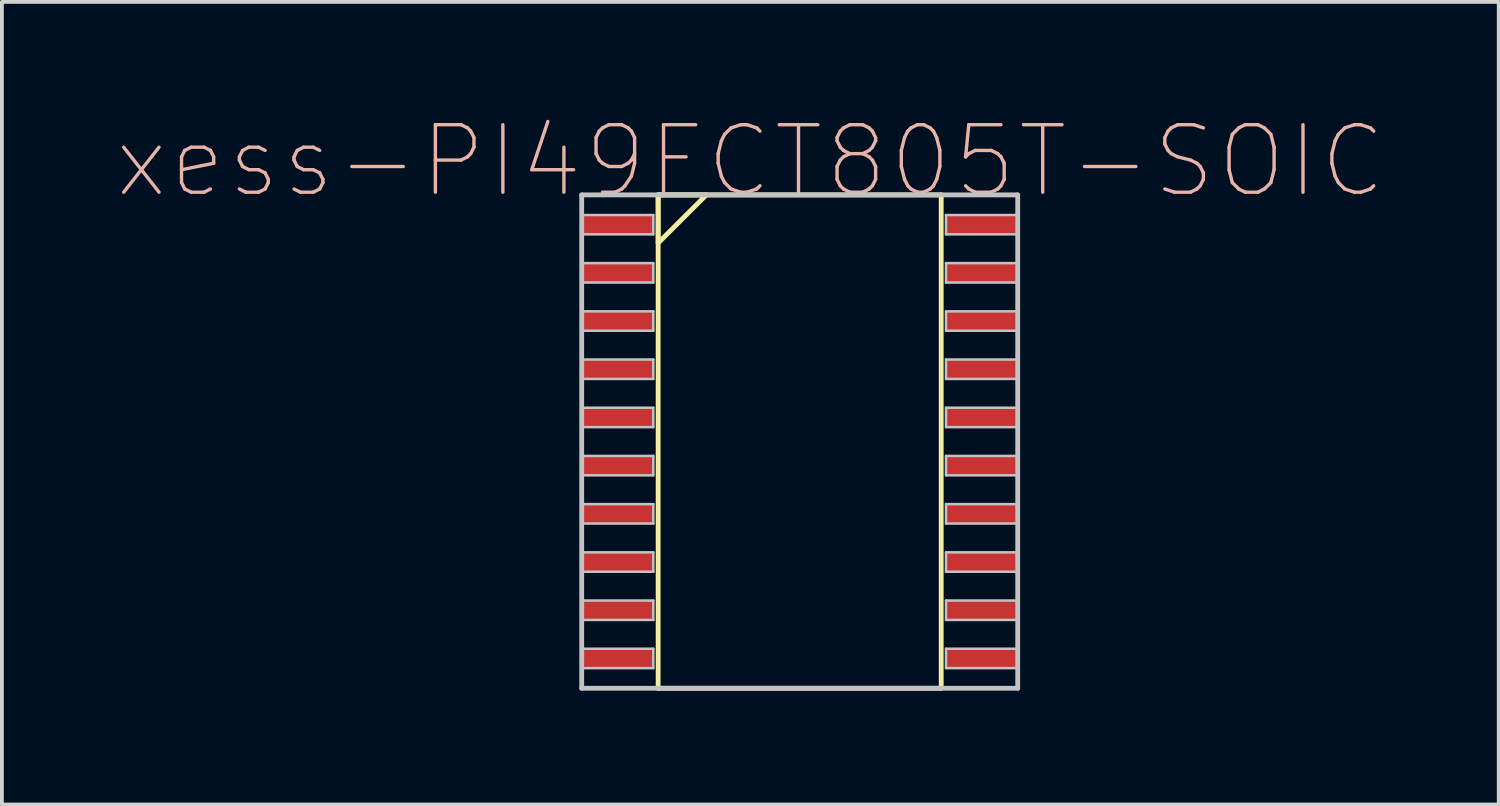
<source format=kicad_pcb>
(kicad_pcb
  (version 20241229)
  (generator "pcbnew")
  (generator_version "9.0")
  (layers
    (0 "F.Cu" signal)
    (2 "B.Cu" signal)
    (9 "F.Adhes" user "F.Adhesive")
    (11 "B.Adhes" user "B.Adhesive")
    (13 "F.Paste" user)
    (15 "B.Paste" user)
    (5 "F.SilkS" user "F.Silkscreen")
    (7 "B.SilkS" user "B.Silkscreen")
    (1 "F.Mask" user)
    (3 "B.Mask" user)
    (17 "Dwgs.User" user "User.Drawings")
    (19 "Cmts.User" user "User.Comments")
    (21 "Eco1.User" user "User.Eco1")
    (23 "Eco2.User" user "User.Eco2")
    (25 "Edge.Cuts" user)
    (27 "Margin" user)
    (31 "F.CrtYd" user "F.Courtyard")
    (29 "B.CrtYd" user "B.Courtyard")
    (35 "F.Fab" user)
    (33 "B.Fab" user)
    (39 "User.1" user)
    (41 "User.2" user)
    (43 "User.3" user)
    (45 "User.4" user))
  (footprint "xess-PI49FCT805T-SOIC"
    (layer "F.Cu")
    (at 13.331 2.87)
    (property "Reference" "xess-PI49FCT805T-SOIC" (at 3.388 -1.674 0) (layer "B.SilkS") (effects (font (size 1.778 1.778) (thickness 0.089))))
    (attr smd)
    (fp_line (start 0.96 -0.785) (end 0.96 0.483) (stroke (width 0.127) (type solid)) (layer "F.SilkS"))
    (fp_line (start 0.96 -0.785) (end 0.96 12.215) (stroke (width 0.127) (type solid)) (layer "F.SilkS"))
    (fp_line (start 0.96 0.483) (end 2.23 -0.785) (stroke (width 0.127) (type solid)) (layer "F.SilkS"))
    (fp_line (start 0.96 12.215) (end 8.418 12.215) (stroke (width 0.127) (type solid)) (layer "F.SilkS"))
    (fp_line (start 2.23 -0.785) (end 0.96 -0.785) (stroke (width 0.127) (type solid)) (layer "F.SilkS"))
    (fp_line (start 8.418 -0.785) (end 0.96 -0.785) (stroke (width 0.127) (type solid)) (layer "F.SilkS"))
    (fp_line (start 8.418 12.215) (end 8.418 -0.785) (stroke (width 0.127) (type solid)) (layer "F.SilkS"))
    (fp_line (start -1.054 -0.785) (end -1.054 12.215) (stroke (width 0.127) (type solid)) (layer "Dwgs.User"))
    (fp_line (start -1.054 -0.254) (end 0.833 -0.254) (stroke (width 0.066) (type solid)) (layer "Dwgs.User"))
    (fp_line (start -1.054 0.254) (end -1.054 -0.254) (stroke (width 0.066) (type solid)) (layer "Dwgs.User"))
    (fp_line (start -1.054 0.254) (end 0.833 0.254) (stroke (width 0.066) (type solid)) (layer "Dwgs.User"))
    (fp_line (start -1.054 1.013) (end 0.833 1.013) (stroke (width 0.066) (type solid)) (layer "Dwgs.User"))
    (fp_line (start -1.054 1.524) (end -1.054 1.013) (stroke (width 0.066) (type solid)) (layer "Dwgs.User"))
    (fp_line (start -1.054 1.524) (end 0.833 1.524) (stroke (width 0.066) (type solid)) (layer "Dwgs.User"))
    (fp_line (start -1.054 2.283) (end 0.833 2.283) (stroke (width 0.066) (type solid)) (layer "Dwgs.User"))
    (fp_line (start -1.054 2.794) (end -1.054 2.283) (stroke (width 0.066) (type solid)) (layer "Dwgs.User"))
    (fp_line (start -1.054 2.794) (end 0.833 2.794) (stroke (width 0.066) (type solid)) (layer "Dwgs.User"))
    (fp_line (start -1.054 3.553) (end 0.833 3.553) (stroke (width 0.066) (type solid)) (layer "Dwgs.User"))
    (fp_line (start -1.054 4.064) (end -1.054 3.553) (stroke (width 0.066) (type solid)) (layer "Dwgs.User"))
    (fp_line (start -1.054 4.064) (end 0.833 4.064) (stroke (width 0.066) (type solid)) (layer "Dwgs.User"))
    (fp_line (start -1.054 4.823) (end 0.833 4.823) (stroke (width 0.066) (type solid)) (layer "Dwgs.User"))
    (fp_line (start -1.054 5.334) (end -1.054 4.823) (stroke (width 0.066) (type solid)) (layer "Dwgs.User"))
    (fp_line (start -1.054 5.334) (end 0.833 5.334) (stroke (width 0.066) (type solid)) (layer "Dwgs.User"))
    (fp_line (start -1.054 6.093) (end 0.833 6.093) (stroke (width 0.066) (type solid)) (layer "Dwgs.User"))
    (fp_line (start -1.054 6.604) (end -1.054 6.093) (stroke (width 0.066) (type solid)) (layer "Dwgs.User"))
    (fp_line (start -1.054 6.604) (end 0.833 6.604) (stroke (width 0.066) (type solid)) (layer "Dwgs.User"))
    (fp_line (start -1.054 7.363) (end 0.833 7.363) (stroke (width 0.066) (type solid)) (layer "Dwgs.User"))
    (fp_line (start -1.054 7.874) (end -1.054 7.363) (stroke (width 0.066) (type solid)) (layer "Dwgs.User"))
    (fp_line (start -1.054 7.874) (end 0.833 7.874) (stroke (width 0.066) (type solid)) (layer "Dwgs.User"))
    (fp_line (start -1.054 8.633) (end 0.833 8.633) (stroke (width 0.066) (type solid)) (layer "Dwgs.User"))
    (fp_line (start -1.054 9.144) (end -1.054 8.633) (stroke (width 0.066) (type solid)) (layer "Dwgs.User"))
    (fp_line (start -1.054 9.144) (end 0.833 9.144) (stroke (width 0.066) (type solid)) (layer "Dwgs.User"))
    (fp_line (start -1.054 9.903) (end 0.833 9.903) (stroke (width 0.066) (type solid)) (layer "Dwgs.User"))
    (fp_line (start -1.054 10.414) (end -1.054 9.903) (stroke (width 0.066) (type solid)) (layer "Dwgs.User"))
    (fp_line (start -1.054 10.414) (end 0.833 10.414) (stroke (width 0.066) (type solid)) (layer "Dwgs.User"))
    (fp_line (start -1.054 11.173) (end 0.833 11.173) (stroke (width 0.066) (type solid)) (layer "Dwgs.User"))
    (fp_line (start -1.054 11.684) (end -1.054 11.173) (stroke (width 0.066) (type solid)) (layer "Dwgs.User"))
    (fp_line (start -1.054 11.684) (end 0.833 11.684) (stroke (width 0.066) (type solid)) (layer "Dwgs.User"))
    (fp_line (start -1.054 12.215) (end 10.434 12.215) (stroke (width 0.127) (type solid)) (layer "Dwgs.User"))
    (fp_line (start 0.833 0.254) (end 0.833 -0.254) (stroke (width 0.066) (type solid)) (layer "Dwgs.User"))
    (fp_line (start 0.833 1.524) (end 0.833 1.013) (stroke (width 0.066) (type solid)) (layer "Dwgs.User"))
    (fp_line (start 0.833 2.794) (end 0.833 2.283) (stroke (width 0.066) (type solid)) (layer "Dwgs.User"))
    (fp_line (start 0.833 4.064) (end 0.833 3.553) (stroke (width 0.066) (type solid)) (layer "Dwgs.User"))
    (fp_line (start 0.833 5.334) (end 0.833 4.823) (stroke (width 0.066) (type solid)) (layer "Dwgs.User"))
    (fp_line (start 0.833 6.604) (end 0.833 6.093) (stroke (width 0.066) (type solid)) (layer "Dwgs.User"))
    (fp_line (start 0.833 7.874) (end 0.833 7.363) (stroke (width 0.066) (type solid)) (layer "Dwgs.User"))
    (fp_line (start 0.833 9.144) (end 0.833 8.633) (stroke (width 0.066) (type solid)) (layer "Dwgs.User"))
    (fp_line (start 0.833 10.414) (end 0.833 9.903) (stroke (width 0.066) (type solid)) (layer "Dwgs.User"))
    (fp_line (start 0.833 11.684) (end 0.833 11.173) (stroke (width 0.066) (type solid)) (layer "Dwgs.User"))
    (fp_line (start 8.545 -0.254) (end 10.434 -0.254) (stroke (width 0.066) (type solid)) (layer "Dwgs.User"))
    (fp_line (start 8.545 0.254) (end 8.545 -0.254) (stroke (width 0.066) (type solid)) (layer "Dwgs.User"))
    (fp_line (start 8.545 0.254) (end 10.434 0.254) (stroke (width 0.066) (type solid)) (layer "Dwgs.User"))
    (fp_line (start 8.545 1.013) (end 10.434 1.013) (stroke (width 0.066) (type solid)) (layer "Dwgs.User"))
    (fp_line (start 8.545 1.524) (end 8.545 1.013) (stroke (width 0.066) (type solid)) (layer "Dwgs.User"))
    (fp_line (start 8.545 1.524) (end 10.434 1.524) (stroke (width 0.066) (type solid)) (layer "Dwgs.User"))
    (fp_line (start 8.545 2.283) (end 10.434 2.283) (stroke (width 0.066) (type solid)) (layer "Dwgs.User"))
    (fp_line (start 8.545 2.794) (end 8.545 2.283) (stroke (width 0.066) (type solid)) (layer "Dwgs.User"))
    (fp_line (start 8.545 2.794) (end 10.434 2.794) (stroke (width 0.066) (type solid)) (layer "Dwgs.User"))
    (fp_line (start 8.545 3.553) (end 10.434 3.553) (stroke (width 0.066) (type solid)) (layer "Dwgs.User"))
    (fp_line (start 8.545 4.064) (end 8.545 3.553) (stroke (width 0.066) (type solid)) (layer "Dwgs.User"))
    (fp_line (start 8.545 4.064) (end 10.434 4.064) (stroke (width 0.066) (type solid)) (layer "Dwgs.User"))
    (fp_line (start 8.545 4.823) (end 10.434 4.823) (stroke (width 0.066) (type solid)) (layer "Dwgs.User"))
    (fp_line (start 8.545 5.334) (end 8.545 4.823) (stroke (width 0.066) (type solid)) (layer "Dwgs.User"))
    (fp_line (start 8.545 5.334) (end 10.434 5.334) (stroke (width 0.066) (type solid)) (layer "Dwgs.User"))
    (fp_line (start 8.545 6.093) (end 10.434 6.093) (stroke (width 0.066) (type solid)) (layer "Dwgs.User"))
    (fp_line (start 8.545 6.604) (end 8.545 6.093) (stroke (width 0.066) (type solid)) (layer "Dwgs.User"))
    (fp_line (start 8.545 6.604) (end 10.434 6.604) (stroke (width 0.066) (type solid)) (layer "Dwgs.User"))
    (fp_line (start 8.545 7.363) (end 10.434 7.363) (stroke (width 0.066) (type solid)) (layer "Dwgs.User"))
    (fp_line (start 8.545 7.874) (end 8.545 7.363) (stroke (width 0.066) (type solid)) (layer "Dwgs.User"))
    (fp_line (start 8.545 7.874) (end 10.434 7.874) (stroke (width 0.066) (type solid)) (layer "Dwgs.User"))
    (fp_line (start 8.545 8.633) (end 10.434 8.633) (stroke (width 0.066) (type solid)) (layer "Dwgs.User"))
    (fp_line (start 8.545 9.144) (end 8.545 8.633) (stroke (width 0.066) (type solid)) (layer "Dwgs.User"))
    (fp_line (start 8.545 9.144) (end 10.434 9.144) (stroke (width 0.066) (type solid)) (layer "Dwgs.User"))
    (fp_line (start 8.545 9.903) (end 10.434 9.903) (stroke (width 0.066) (type solid)) (layer "Dwgs.User"))
    (fp_line (start 8.545 10.414) (end 8.545 9.903) (stroke (width 0.066) (type solid)) (layer "Dwgs.User"))
    (fp_line (start 8.545 10.414) (end 10.434 10.414) (stroke (width 0.066) (type solid)) (layer "Dwgs.User"))
    (fp_line (start 8.545 11.173) (end 10.434 11.173) (stroke (width 0.066) (type solid)) (layer "Dwgs.User"))
    (fp_line (start 8.545 11.684) (end 8.545 11.173) (stroke (width 0.066) (type solid)) (layer "Dwgs.User"))
    (fp_line (start 8.545 11.684) (end 10.434 11.684) (stroke (width 0.066) (type solid)) (layer "Dwgs.User"))
    (fp_line (start 10.434 -0.785) (end -1.054 -0.785) (stroke (width 0.127) (type solid)) (layer "Dwgs.User"))
    (fp_line (start 10.434 0.254) (end 10.434 -0.254) (stroke (width 0.066) (type solid)) (layer "Dwgs.User"))
    (fp_line (start 10.434 1.524) (end 10.434 1.013) (stroke (width 0.066) (type solid)) (layer "Dwgs.User"))
    (fp_line (start 10.434 2.794) (end 10.434 2.283) (stroke (width 0.066) (type solid)) (layer "Dwgs.User"))
    (fp_line (start 10.434 4.064) (end 10.434 3.553) (stroke (width 0.066) (type solid)) (layer "Dwgs.User"))
    (fp_line (start 10.434 5.334) (end 10.434 4.823) (stroke (width 0.066) (type solid)) (layer "Dwgs.User"))
    (fp_line (start 10.434 6.604) (end 10.434 6.093) (stroke (width 0.066) (type solid)) (layer "Dwgs.User"))
    (fp_line (start 10.434 7.874) (end 10.434 7.363) (stroke (width 0.066) (type solid)) (layer "Dwgs.User"))
    (fp_line (start 10.434 9.144) (end 10.434 8.633) (stroke (width 0.066) (type solid)) (layer "Dwgs.User"))
    (fp_line (start 10.434 10.414) (end 10.434 9.903) (stroke (width 0.066) (type solid)) (layer "Dwgs.User"))
    (fp_line (start 10.434 11.684) (end 10.434 11.173) (stroke (width 0.066) (type solid)) (layer "Dwgs.User"))
    (fp_line (start 10.434 12.215) (end 10.434 -0.785) (stroke (width 0.127) (type solid)) (layer "Dwgs.User"))
    (pad "1" smd rect (at -0.109 0) (size 1.89 0.508) (layers "F.Cu" "F.Mask" "F.Paste"))
    (pad "2" smd rect (at -0.109 1.27) (size 1.89 0.508) (layers "F.Cu" "F.Mask" "F.Paste"))
    (pad "3" smd rect (at -0.109 2.54) (size 1.89 0.508) (layers "F.Cu" "F.Mask" "F.Paste"))
    (pad "4" smd rect (at -0.109 3.81) (size 1.89 0.508) (layers "F.Cu" "F.Mask" "F.Paste"))
    (pad "5" smd rect (at -0.109 5.08) (size 1.89 0.508) (layers "F.Cu" "F.Mask" "F.Paste"))
    (pad "6" smd rect (at -0.109 6.35) (size 1.89 0.508) (layers "F.Cu" "F.Mask" "F.Paste"))
    (pad "7" smd rect (at -0.109 7.62) (size 1.89 0.508) (layers "F.Cu" "F.Mask" "F.Paste"))
    (pad "8" smd rect (at -0.109 8.89) (size 1.89 0.508) (layers "F.Cu" "F.Mask" "F.Paste"))
    (pad "9" smd rect (at -0.109 10.16) (size 1.89 0.508) (layers "F.Cu" "F.Mask" "F.Paste"))
    (pad "10" smd rect (at -0.109 11.43) (size 1.89 0.508) (layers "F.Cu" "F.Mask" "F.Paste"))
    (pad "11" smd rect (at 9.489 11.43) (size 1.89 0.508) (layers "F.Cu" "F.Mask" "F.Paste"))
    (pad "12" smd rect (at 9.489 10.16) (size 1.89 0.508) (layers "F.Cu" "F.Mask" "F.Paste"))
    (pad "13" smd rect (at 9.489 8.89) (size 1.89 0.508) (layers "F.Cu" "F.Mask" "F.Paste"))
    (pad "14" smd rect (at 9.489 7.62) (size 1.89 0.508) (layers "F.Cu" "F.Mask" "F.Paste"))
    (pad "15" smd rect (at 9.489 6.35) (size 1.89 0.508) (layers "F.Cu" "F.Mask" "F.Paste"))
    (pad "16" smd rect (at 9.489 5.08) (size 1.89 0.508) (layers "F.Cu" "F.Mask" "F.Paste"))
    (pad "17" smd rect (at 9.489 3.81) (size 1.89 0.508) (layers "F.Cu" "F.Mask" "F.Paste"))
    (pad "18" smd rect (at 9.489 2.54) (size 1.89 0.508) (layers "F.Cu" "F.Mask" "F.Paste"))
    (pad "19" smd rect (at 9.489 1.27) (size 1.89 0.508) (layers "F.Cu" "F.Mask" "F.Paste"))
    (pad "20" smd rect (at 9.489 0) (size 1.89 0.508) (layers "F.Cu" "F.Mask" "F.Paste")))
  (gr_rect
    (start -3 -3)
    (end 36.439 18.148)
    (stroke (width 0.1) (type default))
    (fill no)
    (layer "Edge.Cuts")))
</source>
